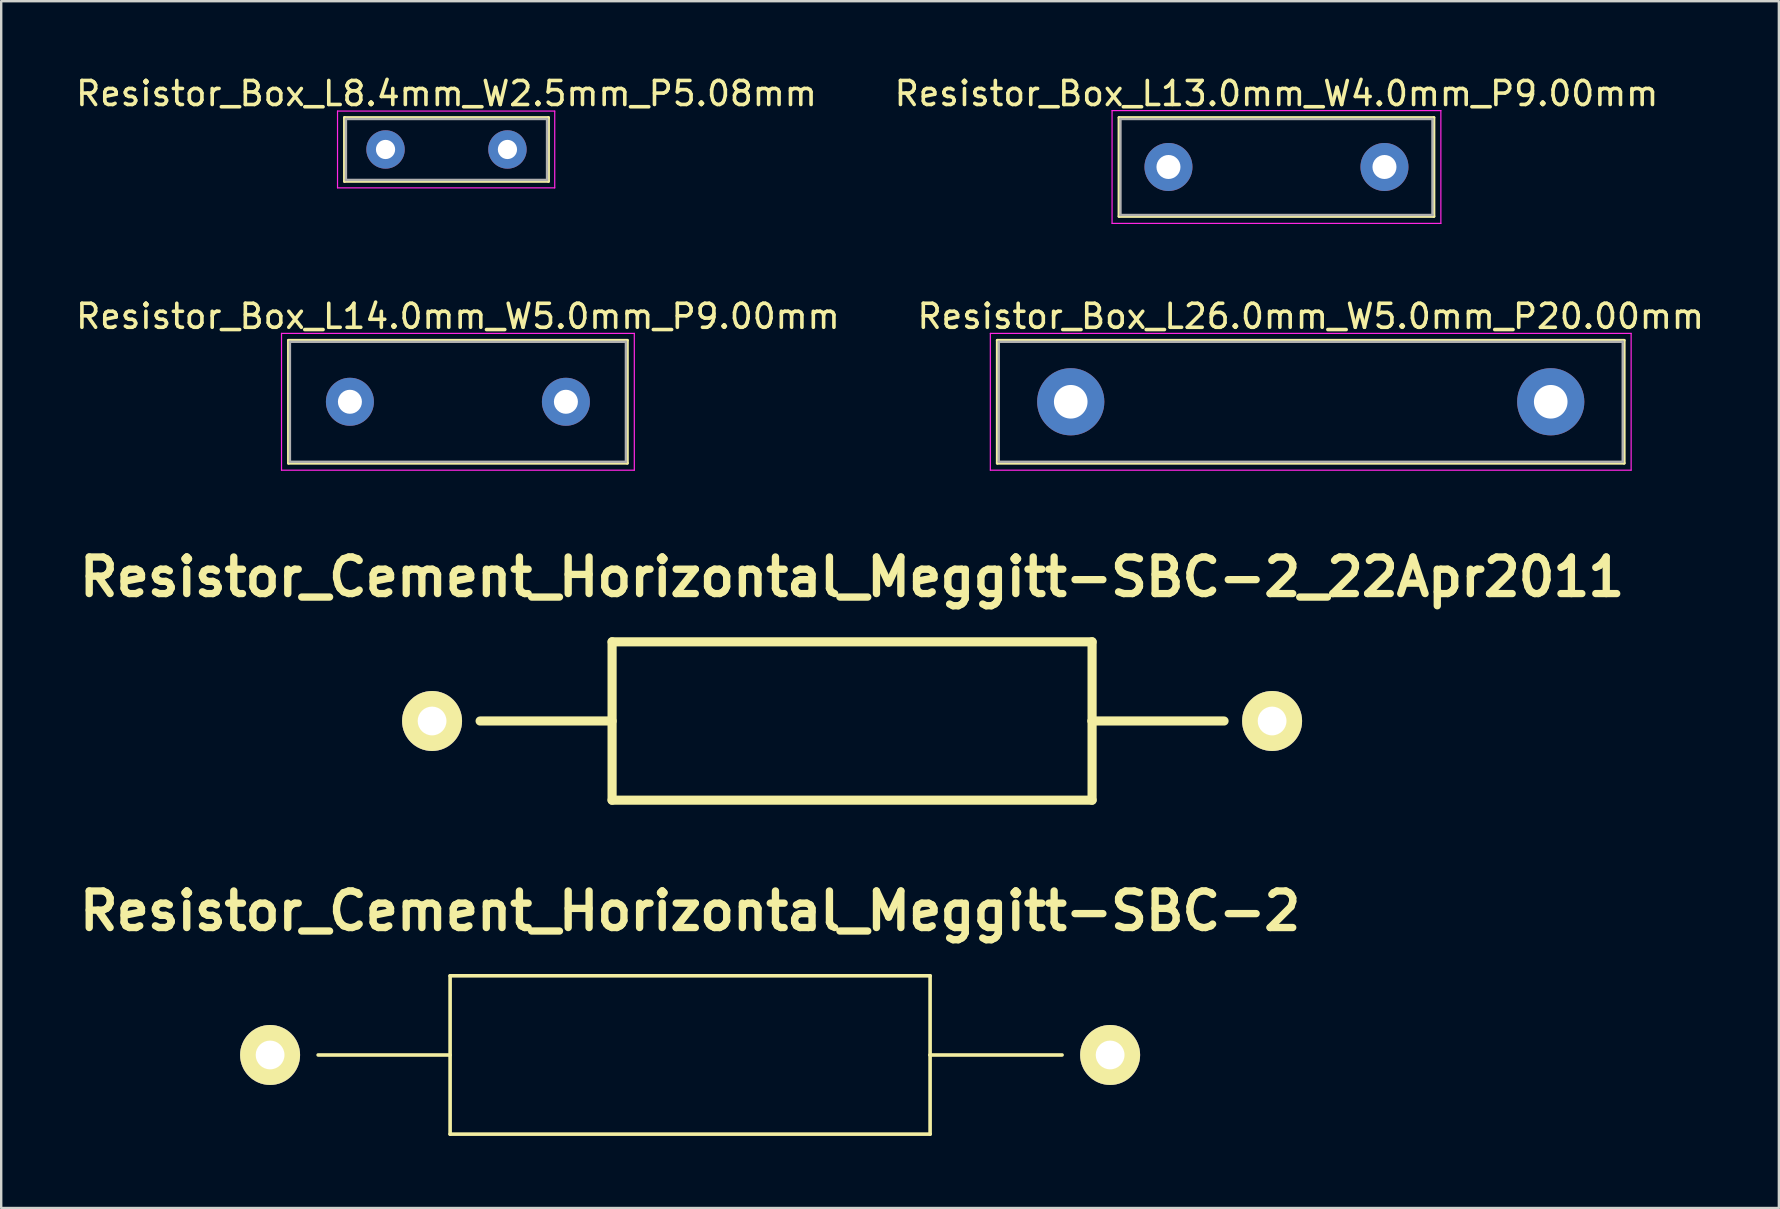
<source format=kicad_pcb>
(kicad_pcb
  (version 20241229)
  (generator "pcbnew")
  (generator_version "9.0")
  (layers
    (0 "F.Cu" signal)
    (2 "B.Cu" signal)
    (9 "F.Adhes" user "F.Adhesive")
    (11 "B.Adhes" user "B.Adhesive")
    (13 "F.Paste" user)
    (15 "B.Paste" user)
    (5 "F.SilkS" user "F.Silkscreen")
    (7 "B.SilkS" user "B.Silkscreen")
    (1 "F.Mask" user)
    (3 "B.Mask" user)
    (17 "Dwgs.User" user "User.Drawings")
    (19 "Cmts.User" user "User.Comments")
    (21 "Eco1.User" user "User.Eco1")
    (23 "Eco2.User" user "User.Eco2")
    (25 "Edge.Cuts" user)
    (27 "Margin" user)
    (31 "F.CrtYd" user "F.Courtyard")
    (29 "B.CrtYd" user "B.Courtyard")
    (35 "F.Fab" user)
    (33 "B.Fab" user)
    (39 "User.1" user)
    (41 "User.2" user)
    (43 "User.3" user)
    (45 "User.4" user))
  (footprint "Resistor_Cement_Horizontal_Meggitt-SBC-2"
    (layer "F.Cu")
    (at 25.705 40.908)
    (property "Reference" "Resistor_Cement_Horizontal_Meggitt-SBC-2" (at 0 -5.999 0) (layer "F.SilkS") (effects (font (size 1.524 1.524) (thickness 0.305))))
    (attr through_hole)
    (fp_line (start -10 -3.299) (end -10 3.299) (stroke (width 0.15) (type solid)) (layer "F.SilkS"))
    (fp_line (start -10 0) (end -15.499 0) (stroke (width 0.15) (type solid)) (layer "F.SilkS"))
    (fp_line (start -10 3.299) (end 10 3.299) (stroke (width 0.15) (type solid)) (layer "F.SilkS"))
    (fp_line (start 10 -3.299) (end -10 -3.299) (stroke (width 0.15) (type solid)) (layer "F.SilkS"))
    (fp_line (start 10 0) (end 10 -3.299) (stroke (width 0.15) (type solid)) (layer "F.SilkS"))
    (fp_line (start 10 0) (end 15.499 0) (stroke (width 0.15) (type solid)) (layer "F.SilkS"))
    (fp_line (start 10 3.299) (end 10 0) (stroke (width 0.15) (type solid)) (layer "F.SilkS"))
    (pad "1" thru_hole circle (at -17.501 0 180) (size 2.499 2.499) (drill 1.199) (layers "*.Cu" "*.Mask" "F.SilkS"))
    (pad "2" thru_hole circle (at 17.501 0 180) (size 2.499 2.499) (drill 1.199) (layers "*.Cu" "*.Mask" "F.SilkS")))
  (footprint "Resistor_Box_L13.0mm_W4.0mm_P9.00mm"
    (layer "F.Cu")
    (at 45.637 3.908)
    (property "Reference" "Resistor_Box_L13.0mm_W4.0mm_P9.00mm" (at 4.5 -3.06 0) (layer "F.SilkS") (effects (font (size 1 1) (thickness 0.15))))
    (attr through_hole)
    (fp_line (start -2.06 -2.06) (end -2.06 2.06) (stroke (width 0.12) (type solid)) (layer "F.SilkS"))
    (fp_line (start -2.06 -2.06) (end 11.06 -2.06) (stroke (width 0.12) (type solid)) (layer "F.SilkS"))
    (fp_line (start -2.06 2.06) (end 11.06 2.06) (stroke (width 0.12) (type solid)) (layer "F.SilkS"))
    (fp_line (start 11.06 -2.06) (end 11.06 2.06) (stroke (width 0.12) (type solid)) (layer "F.SilkS"))
    (fp_line (start -2.35 -2.35) (end -2.35 2.35) (stroke (width 0.05) (type solid)) (layer "F.CrtYd"))
    (fp_line (start -2.35 2.35) (end 11.35 2.35) (stroke (width 0.05) (type solid)) (layer "F.CrtYd"))
    (fp_line (start 11.35 -2.35) (end -2.35 -2.35) (stroke (width 0.05) (type solid)) (layer "F.CrtYd"))
    (fp_line (start 11.35 2.35) (end 11.35 -2.35) (stroke (width 0.05) (type solid)) (layer "F.CrtYd"))
    (fp_line (start -2 -2) (end -2 2) (stroke (width 0.1) (type solid)) (layer "F.Fab"))
    (fp_line (start -2 2) (end 11 2) (stroke (width 0.1) (type solid)) (layer "F.Fab"))
    (fp_line (start 11 -2) (end -2 -2) (stroke (width 0.1) (type solid)) (layer "F.Fab"))
    (fp_line (start 11 2) (end 11 -2) (stroke (width 0.1) (type solid)) (layer "F.Fab"))
    (pad "1" thru_hole circle (at 0 0) (size 2 2) (drill 1) (layers "*.Cu" "*.Mask"))
    (pad "2" thru_hole circle (at 9 0) (size 2 2) (drill 1) (layers "*.Cu" "*.Mask")))
  (footprint "Resistor_Box_L14.0mm_W5.0mm_P9.00mm"
    (layer "F.Cu")
    (at 11.53 13.691)
    (property "Reference" "Resistor_Box_L14.0mm_W5.0mm_P9.00mm" (at 4.5 -3.56 0) (layer "F.SilkS") (effects (font (size 1 1) (thickness 0.15))))
    (attr through_hole)
    (fp_line (start -2.56 -2.56) (end -2.56 2.56) (stroke (width 0.12) (type solid)) (layer "F.SilkS"))
    (fp_line (start -2.56 -2.56) (end 11.56 -2.56) (stroke (width 0.12) (type solid)) (layer "F.SilkS"))
    (fp_line (start -2.56 2.56) (end 11.56 2.56) (stroke (width 0.12) (type solid)) (layer "F.SilkS"))
    (fp_line (start 11.56 -2.56) (end 11.56 2.56) (stroke (width 0.12) (type solid)) (layer "F.SilkS"))
    (fp_line (start -2.85 -2.85) (end -2.85 2.85) (stroke (width 0.05) (type solid)) (layer "F.CrtYd"))
    (fp_line (start -2.85 2.85) (end 11.85 2.85) (stroke (width 0.05) (type solid)) (layer "F.CrtYd"))
    (fp_line (start 11.85 -2.85) (end -2.85 -2.85) (stroke (width 0.05) (type solid)) (layer "F.CrtYd"))
    (fp_line (start 11.85 2.85) (end 11.85 -2.85) (stroke (width 0.05) (type solid)) (layer "F.CrtYd"))
    (fp_line (start -2.5 -2.5) (end -2.5 2.5) (stroke (width 0.1) (type solid)) (layer "F.Fab"))
    (fp_line (start -2.5 2.5) (end 11.5 2.5) (stroke (width 0.1) (type solid)) (layer "F.Fab"))
    (fp_line (start 11.5 -2.5) (end -2.5 -2.5) (stroke (width 0.1) (type solid)) (layer "F.Fab"))
    (fp_line (start 11.5 2.5) (end 11.5 -2.5) (stroke (width 0.1) (type solid)) (layer "F.Fab"))
    (pad "1" thru_hole circle (at 0 0) (size 2 2) (drill 1) (layers "*.Cu" "*.Mask"))
    (pad "2" thru_hole circle (at 9 0) (size 2 2) (drill 1) (layers "*.Cu" "*.Mask")))
  (footprint "Resistor_Box_L8.4mm_W2.5mm_P5.08mm"
    (layer "F.Cu")
    (at 13.014 3.178)
    (property "Reference" "Resistor_Box_L8.4mm_W2.5mm_P5.08mm" (at 2.54 -2.33 0) (layer "F.SilkS") (effects (font (size 1 1) (thickness 0.15))))
    (attr through_hole)
    (fp_line (start -1.71 -1.33) (end -1.71 1.33) (stroke (width 0.12) (type solid)) (layer "F.SilkS"))
    (fp_line (start -1.71 -1.33) (end 6.79 -1.33) (stroke (width 0.12) (type solid)) (layer "F.SilkS"))
    (fp_line (start -1.71 1.33) (end 6.79 1.33) (stroke (width 0.12) (type solid)) (layer "F.SilkS"))
    (fp_line (start 6.79 -1.33) (end 6.79 1.33) (stroke (width 0.12) (type solid)) (layer "F.SilkS"))
    (fp_line (start -2 -1.6) (end -2 1.6) (stroke (width 0.05) (type solid)) (layer "F.CrtYd"))
    (fp_line (start -2 1.6) (end 7.05 1.6) (stroke (width 0.05) (type solid)) (layer "F.CrtYd"))
    (fp_line (start 7.05 -1.6) (end -2 -1.6) (stroke (width 0.05) (type solid)) (layer "F.CrtYd"))
    (fp_line (start 7.05 1.6) (end 7.05 -1.6) (stroke (width 0.05) (type solid)) (layer "F.CrtYd"))
    (fp_line (start -1.65 -1.27) (end -1.65 1.27) (stroke (width 0.1) (type solid)) (layer "F.Fab"))
    (fp_line (start -1.65 1.27) (end 6.73 1.27) (stroke (width 0.1) (type solid)) (layer "F.Fab"))
    (fp_line (start 6.73 -1.27) (end -1.65 -1.27) (stroke (width 0.1) (type solid)) (layer "F.Fab"))
    (fp_line (start 6.73 1.27) (end 6.73 -1.27) (stroke (width 0.1) (type solid)) (layer "F.Fab"))
    (pad "1" thru_hole circle (at 0 0) (size 1.6 1.6) (drill 0.8) (layers "*.Cu" "*.Mask"))
    (pad "2" thru_hole circle (at 5.08 0) (size 1.6 1.6) (drill 0.8) (layers "*.Cu" "*.Mask")))
  (footprint "Resistor_Cement_Horizontal_Meggitt-SBC-2_22Apr2011"
    (layer "F.Cu")
    (at 32.454 26.992)
    (property "Reference" "Resistor_Cement_Horizontal_Meggitt-SBC-2_22Apr2011" (at 0 -5.999 0) (layer "F.SilkS") (effects (font (size 1.524 1.524) (thickness 0.305))))
    (attr through_hole)
    (fp_line (start -10 -3.299) (end -10 3.299) (stroke (width 0.381) (type solid)) (layer "F.SilkS"))
    (fp_line (start -10 0) (end -15.499 0) (stroke (width 0.381) (type solid)) (layer "F.SilkS"))
    (fp_line (start -10 3.299) (end 10 3.299) (stroke (width 0.381) (type solid)) (layer "F.SilkS"))
    (fp_line (start 10 -3.299) (end -10 -3.299) (stroke (width 0.381) (type solid)) (layer "F.SilkS"))
    (fp_line (start 10 0) (end 10 -3.299) (stroke (width 0.381) (type solid)) (layer "F.SilkS"))
    (fp_line (start 10 0) (end 15.499 0) (stroke (width 0.381) (type solid)) (layer "F.SilkS"))
    (fp_line (start 10 3.299) (end 10 0) (stroke (width 0.381) (type solid)) (layer "F.SilkS"))
    (pad "1" thru_hole circle (at -17.501 0 180) (size 2.499 2.499) (drill 1.199) (layers "*.Cu" "*.Mask" "F.SilkS"))
    (pad "2" thru_hole circle (at 17.501 0 180) (size 2.499 2.499) (drill 1.199) (layers "*.Cu" "*.Mask" "F.SilkS")))
  (footprint "Resistor_Box_L26.0mm_W5.0mm_P20.00mm"
    (layer "F.Cu")
    (at 41.565 13.691)
    (property "Reference" "Resistor_Box_L26.0mm_W5.0mm_P20.00mm" (at 10 -3.56 0) (layer "F.SilkS") (effects (font (size 1 1) (thickness 0.15))))
    (attr through_hole)
    (fp_line (start -3.06 -2.56) (end -3.06 2.56) (stroke (width 0.12) (type solid)) (layer "F.SilkS"))
    (fp_line (start -3.06 -2.56) (end 23.06 -2.56) (stroke (width 0.12) (type solid)) (layer "F.SilkS"))
    (fp_line (start -3.06 2.56) (end 23.06 2.56) (stroke (width 0.12) (type solid)) (layer "F.SilkS"))
    (fp_line (start 23.06 -2.56) (end 23.06 2.56) (stroke (width 0.12) (type solid)) (layer "F.SilkS"))
    (fp_line (start -3.35 -2.85) (end -3.35 2.85) (stroke (width 0.05) (type solid)) (layer "F.CrtYd"))
    (fp_line (start -3.35 2.85) (end 23.35 2.85) (stroke (width 0.05) (type solid)) (layer "F.CrtYd"))
    (fp_line (start 23.35 -2.85) (end -3.35 -2.85) (stroke (width 0.05) (type solid)) (layer "F.CrtYd"))
    (fp_line (start 23.35 2.85) (end 23.35 -2.85) (stroke (width 0.05) (type solid)) (layer "F.CrtYd"))
    (fp_line (start -3 -2.5) (end -3 2.5) (stroke (width 0.1) (type solid)) (layer "F.Fab"))
    (fp_line (start -3 2.5) (end 23 2.5) (stroke (width 0.1) (type solid)) (layer "F.Fab"))
    (fp_line (start 23 -2.5) (end -3 -2.5) (stroke (width 0.1) (type solid)) (layer "F.Fab"))
    (fp_line (start 23 2.5) (end 23 -2.5) (stroke (width 0.1) (type solid)) (layer "F.Fab"))
    (pad "1" thru_hole circle (at 0 0) (size 2.8 2.8) (drill 1.4) (layers "*.Cu" "*.Mask"))
    (pad "2" thru_hole circle (at 20 0) (size 2.8 2.8) (drill 1.4) (layers "*.Cu" "*.Mask")))
  (gr_rect
    (start -3 -3)
    (end 71.071 47.283)
    (stroke (width 0.1) (type default))
    (fill no)
    (layer "Edge.Cuts")))
</source>
